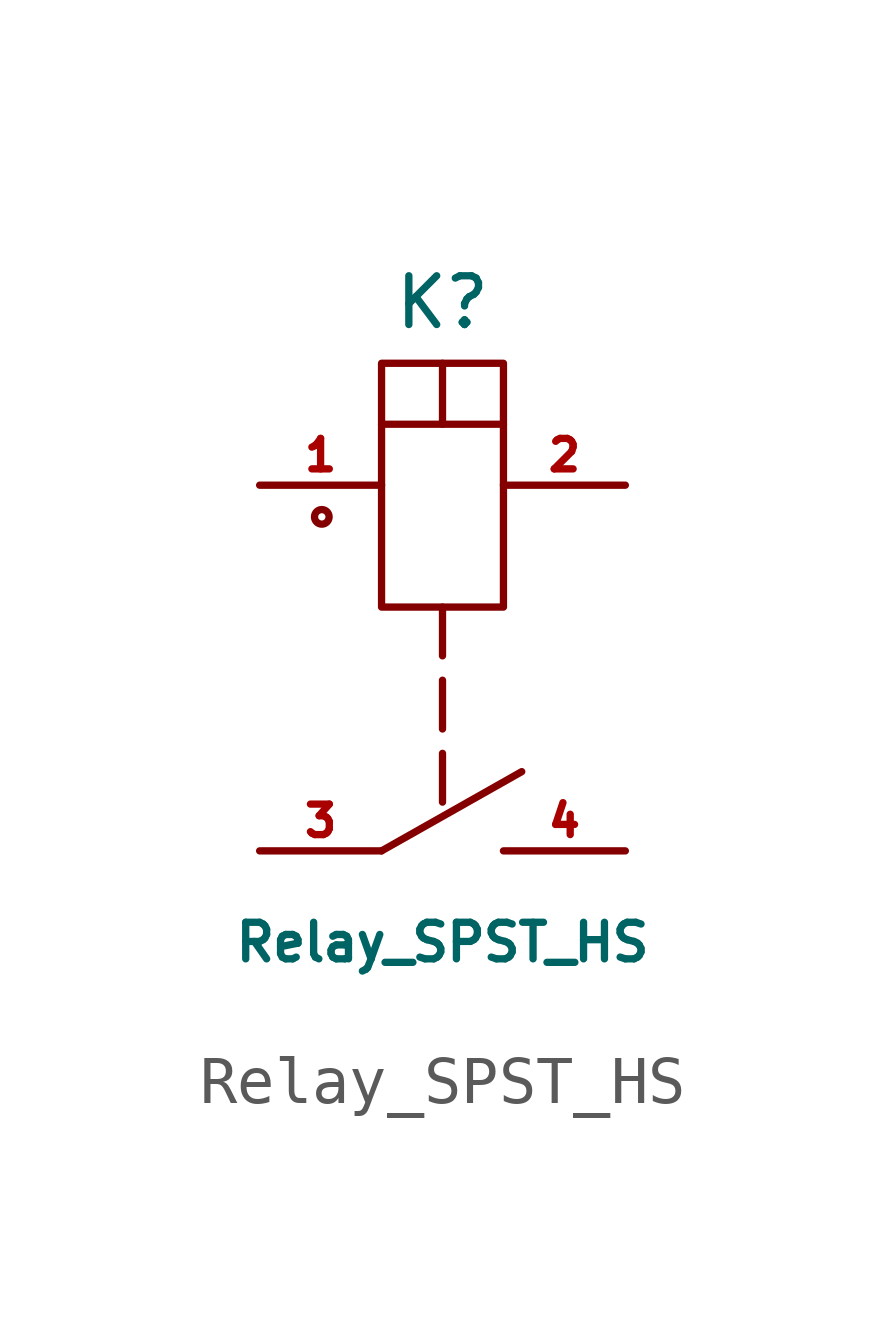
<source format=kicad_sym>
(kicad_symbol_lib
  (version 20220914)
  (generator kicad_symbol_editor)
  (symbol "Relay_SPST_HS"
    (pin_names
      (offset 1.016) hide)
    (property "Reference" "K"
      (at 0 11.43 0)
      (effects (font (size 1.016 1.016))))
    (property "Value" "Relay_SPST_HS"
      (at 0 -1.905 0)
      (effects (font (size 0.762 0.762))))
    (property "Footprint" ""
      (at 0 0 0)
      (effects (font (size 1.524 1.524))))
    (property "Datasheet" ""
      (at 0 0 0)
      (effects (font (size 1.524 1.524))))
    (symbol "Relay_SPST_HS_0_1"
      (circle (center -2.515 6.96) (radius 0.076) (stroke (width 0) (type solid)) (fill (type none)))
      (rectangle (start -1.27 10.16) (end 1.27 5.08) (stroke (width 0) (type solid)) (fill (type none)))
      (polyline (pts (xy -1.27 0) (xy 1.651 1.651)) (stroke (width 0) (type solid)) (fill (type none)))
      (polyline (pts (xy -1.27 8.89) (xy 1.27 8.89)) (stroke (width 0) (type solid)) (fill (type none)))
      (polyline (pts (xy 0 3.556) (xy 0 2.54)) (stroke (width 0) (type solid)) (fill (type none)))
      (polyline (pts (xy 0 5.08) (xy 0 4.064)) (stroke (width 0) (type solid)) (fill (type none)))
      (polyline (pts (xy 0 10.16) (xy 0 8.89)) (stroke (width 0) (type solid)) (fill (type none)))
      (polyline (pts (xy 0 2.032) (xy 0 1.27) (xy 0 1.016)) (stroke (width 0) (type solid)) (fill (type none))))
    (symbol "Relay_SPST_HS_1_1"
      (pin passive line (at -3.81 7.62 0) (length 2.54) (name "~" (effects (font (size 0.635 0.635)))) (number "1" (effects (font (size 0.635 0.635)))))
      (pin passive line (at 3.81 7.62 180) (length 2.54) (name "~" (effects (font (size 0.635 0.635)))) (number "2" (effects (font (size 0.635 0.635)))))
      (pin passive line (at -3.81 0 0) (length 2.54) (name "~" (effects (font (size 0.635 0.635)))) (number "3" (effects (font (size 0.635 0.635)))))
      (pin passive line (at 3.81 0 180) (length 2.54) (name "~" (effects (font (size 0.635 0.635)))) (number "4" (effects (font (size 0.635 0.635))))))))
</source>
